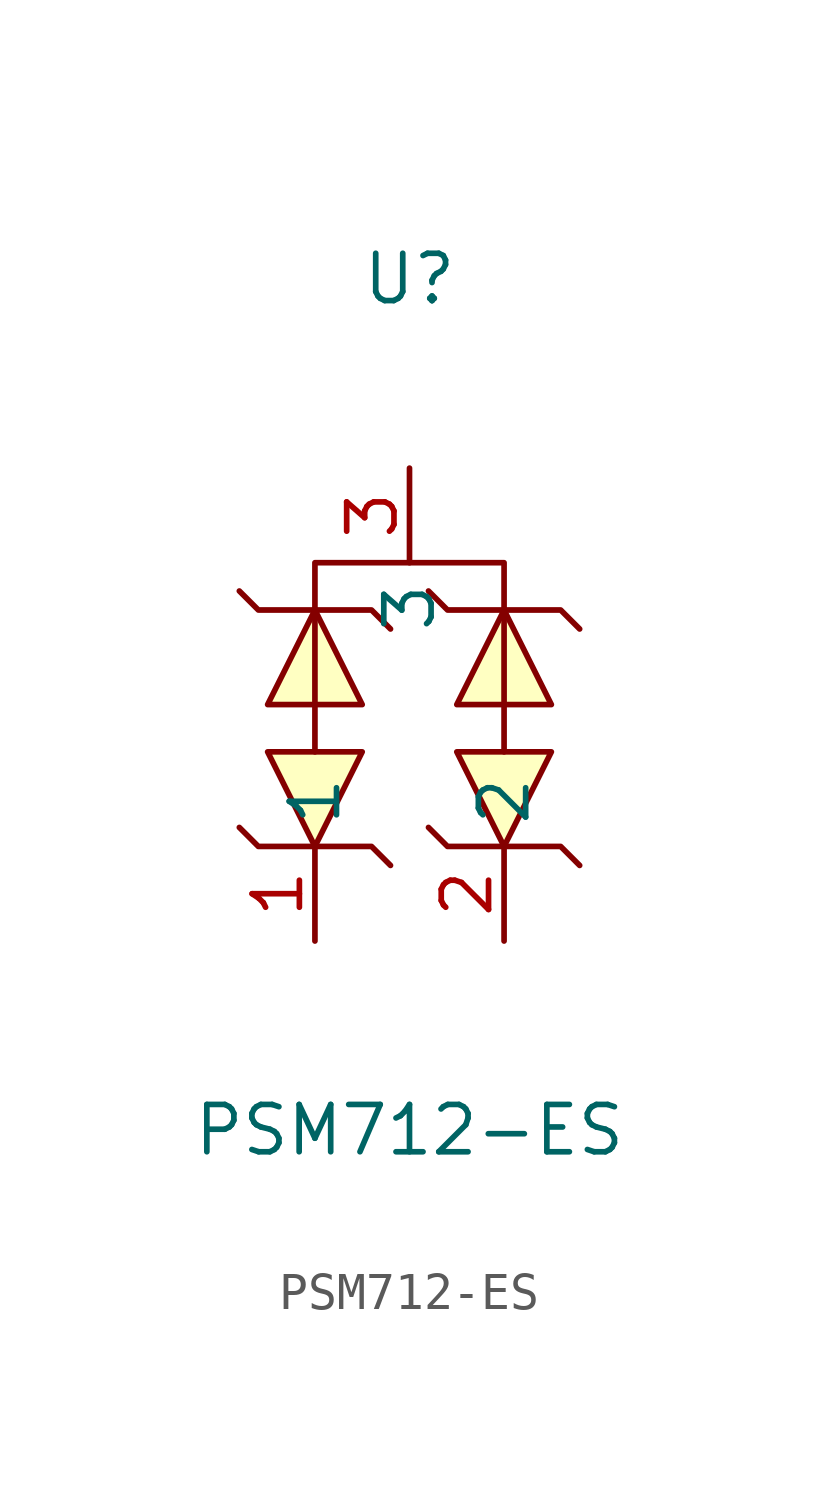
<source format=kicad_sym>
(kicad_symbol_lib
  (version 1)
  (generator "faebryk")
  (symbol "PSM712-ES"
    (property "Reference" "U"
      (at 0 12.7 0)
      (effects (font (size 1.27 1.27)) (hide no)))
    (property "Value" "PSM712-ES"
      (at 0 -10.16 0)
      (effects (font (size 1.27 1.27)) (hide no)))
    (symbol "PSM712-ES_0_1"
      (polyline (stroke (width 0) (type default) (color 0 0 0 0)) (fill (type none)) (pts (xy -0.51 3.3) (xy -0.51 3.3) (xy -1.02 3.81) (xy -4.06 3.81) (xy -4.57 4.32) (xy -4.57 4.32)))
      (polyline (stroke (width 0) (type default) (color 0 0 0 0)) (fill (type none)) (pts (xy 4.57 3.3) (xy 4.57 3.3) (xy 4.06 3.81) (xy 1.02 3.81) (xy 0.51 4.32) (xy 0.51 4.32)))
      (polyline (stroke (width 0) (type default) (color 0 0 0 0)) (fill (type none)) (pts (xy -4.57 -2.03) (xy -4.57 -2.03) (xy -4.06 -2.54) (xy -1.02 -2.54) (xy -0.51 -3.05) (xy -0.51 -3.05)))
      (polyline (stroke (width 0) (type default) (color 0 0 0 0)) (fill (type none)) (pts (xy 0.51 -2.03) (xy 0.51 -2.03) (xy 1.02 -2.54) (xy 4.06 -2.54) (xy 4.57 -3.05) (xy 4.57 -3.05)))
      (polyline (stroke (width 0) (type default) (color 0 0 0 0)) (fill (type none)) (pts (xy -2.54 0) (xy -2.54 5.08) (xy 2.54 5.08) (xy 2.54 0)))
      (polyline (stroke (width 0) (type default) (color 0 0 0 0)) (fill (type background)) (pts (xy -1.27 1.27) (xy -2.54 3.81) (xy -3.81 1.27) (xy -1.27 1.27)))
      (polyline (stroke (width 0) (type default) (color 0 0 0 0)) (fill (type background)) (pts (xy 3.81 1.27) (xy 2.54 3.81) (xy 1.27 1.27) (xy 3.81 1.27)))
      (polyline (stroke (width 0) (type default) (color 0 0 0 0)) (fill (type background)) (pts (xy -3.81 0) (xy -2.54 -2.54) (xy -1.27 0) (xy -3.81 0)))
      (polyline (stroke (width 0) (type default) (color 0 0 0 0)) (fill (type background)) (pts (xy 1.27 0) (xy 2.54 -2.54) (xy 3.81 0) (xy 1.27 0)))
      (pin unspecified line (at 0 7.62 270) (length 2.54) (name "3" (effects (font (size 1.27 1.27)) (hide no))) (number "3" (effects (font (size 1.27 1.27)) (hide no))))
      (pin unspecified line (at -2.54 -5.08 90) (length 2.54) (name "1" (effects (font (size 1.27 1.27)) (hide no))) (number "1" (effects (font (size 1.27 1.27)) (hide no))))
      (pin unspecified line (at 2.54 -5.08 90) (length 2.54) (name "2" (effects (font (size 1.27 1.27)) (hide no))) (number "2" (effects (font (size 1.27 1.27)) (hide no)))))))
</source>
